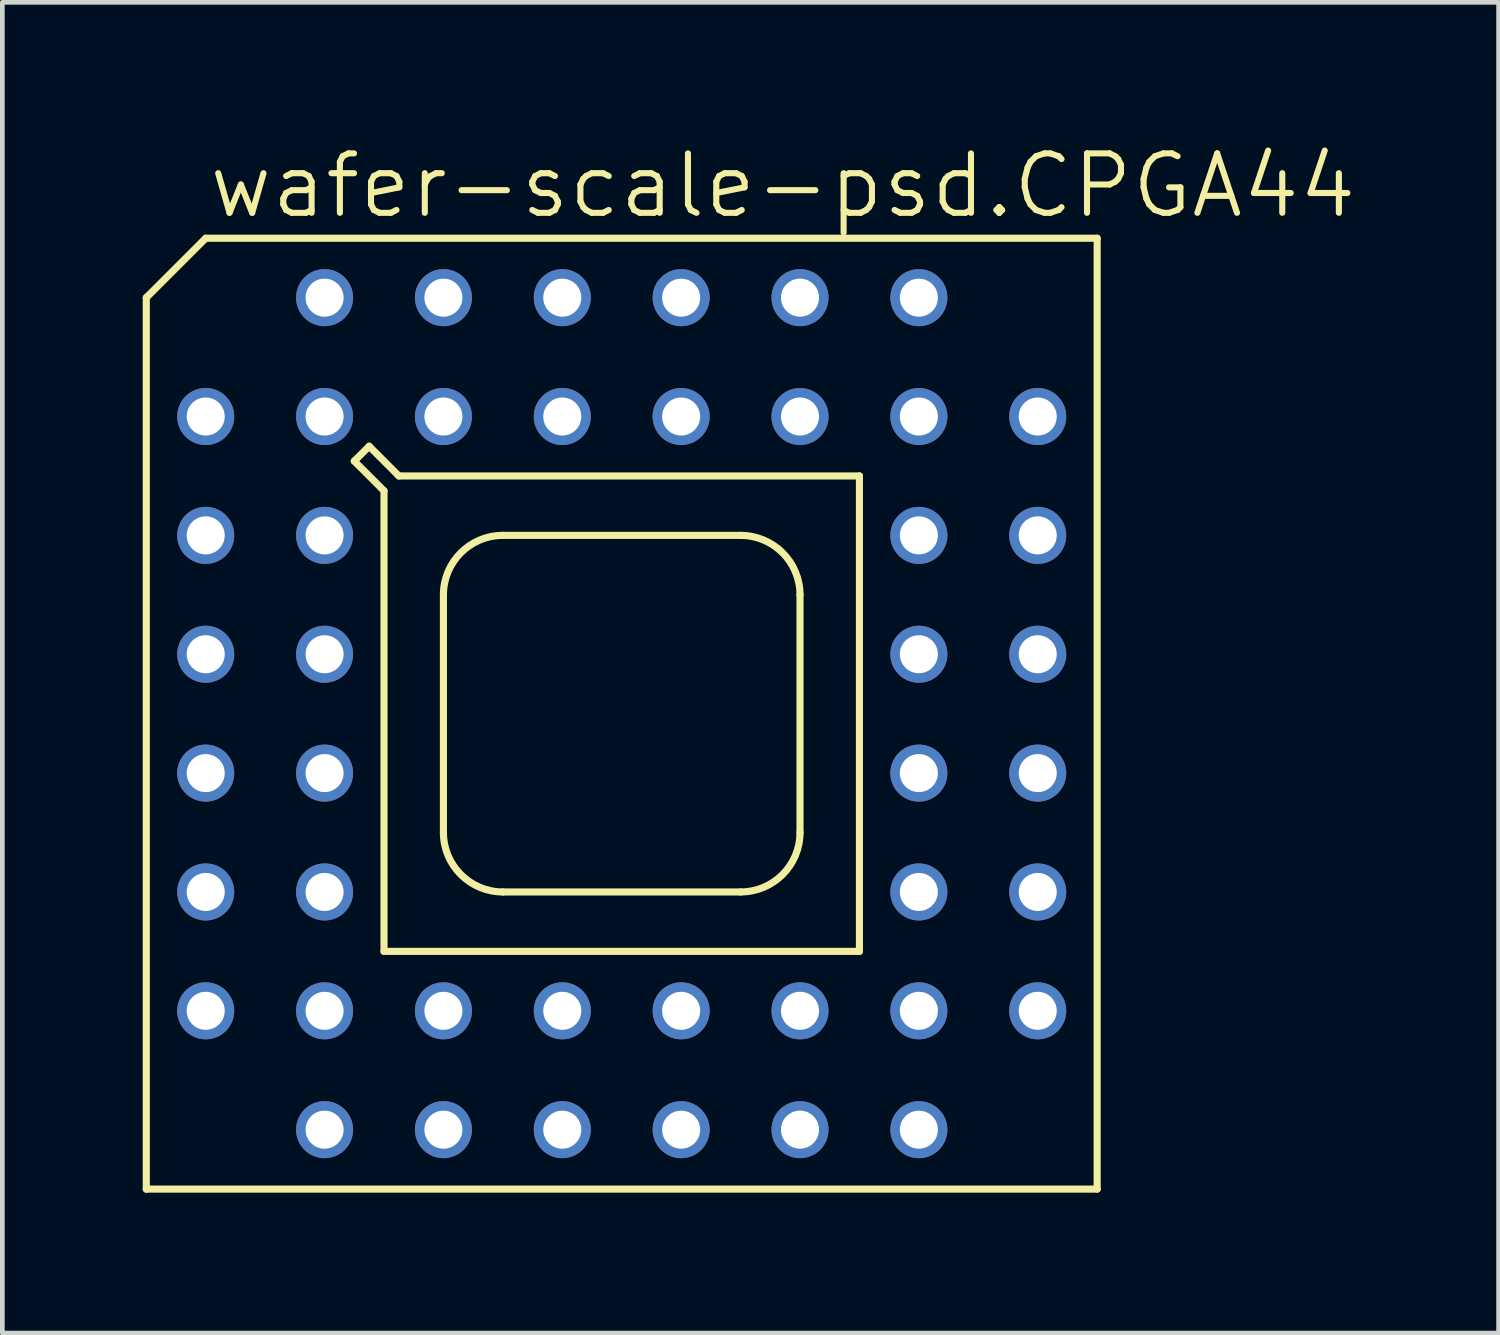
<source format=kicad_pcb>
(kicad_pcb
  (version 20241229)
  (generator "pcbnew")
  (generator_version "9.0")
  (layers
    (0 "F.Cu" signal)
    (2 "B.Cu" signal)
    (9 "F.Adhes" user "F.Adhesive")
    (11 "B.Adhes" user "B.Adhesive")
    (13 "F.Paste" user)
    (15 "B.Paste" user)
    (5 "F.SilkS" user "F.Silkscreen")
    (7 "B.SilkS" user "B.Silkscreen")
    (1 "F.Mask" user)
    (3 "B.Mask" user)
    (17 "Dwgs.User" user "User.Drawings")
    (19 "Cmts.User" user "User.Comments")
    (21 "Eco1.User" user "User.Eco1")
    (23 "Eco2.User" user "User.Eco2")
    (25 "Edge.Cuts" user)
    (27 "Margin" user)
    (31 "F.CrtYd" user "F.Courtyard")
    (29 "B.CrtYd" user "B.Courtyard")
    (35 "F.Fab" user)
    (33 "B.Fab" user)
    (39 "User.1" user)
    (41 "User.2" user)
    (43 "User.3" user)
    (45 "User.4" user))
  (footprint "wafer-scale-psd.CPGA44"
    (layer "F.Cu")
    (at 10.236 12.201)
    (property "Reference" "wafer-scale-psd.CPGA44" (at -8.89 -10.541 0) (layer "F.SilkS") (effects (font (size 1.27 1.27) (thickness 0.13)) (justify left bottom)))
    (attr through_hole)
    (fp_line (start -10.16 -8.89) (end -8.89 -10.16) (stroke (width 0.152) (type default)) (layer "F.SilkS"))
    (fp_line (start -10.16 10.16) (end -10.16 -8.89) (stroke (width 0.152) (type default)) (layer "F.SilkS"))
    (fp_line (start -10.16 10.16) (end 10.16 10.16) (stroke (width 0.152) (type default)) (layer "F.SilkS"))
    (fp_line (start -8.89 -10.16) (end 10.16 -10.16) (stroke (width 0.152) (type default)) (layer "F.SilkS"))
    (fp_line (start -5.715 -5.397) (end -5.397 -5.715) (stroke (width 0.152) (type default)) (layer "F.SilkS"))
    (fp_line (start -5.397 -5.715) (end -4.763 -5.08) (stroke (width 0.152) (type default)) (layer "F.SilkS"))
    (fp_line (start -5.08 -4.763) (end -5.715 -5.397) (stroke (width 0.152) (type default)) (layer "F.SilkS"))
    (fp_line (start -5.08 5.08) (end -5.08 -4.763) (stroke (width 0.152) (type default)) (layer "F.SilkS"))
    (fp_line (start -4.763 -5.08) (end 5.08 -5.08) (stroke (width 0.152) (type default)) (layer "F.SilkS"))
    (fp_line (start -3.81 2.54) (end -3.81 -2.54) (stroke (width 0.152) (type default)) (layer "F.SilkS"))
    (fp_line (start -2.54 -3.81) (end 2.54 -3.81) (stroke (width 0.152) (type default)) (layer "F.SilkS"))
    (fp_line (start 2.54 3.81) (end -2.54 3.81) (stroke (width 0.152) (type default)) (layer "F.SilkS"))
    (fp_line (start 3.81 -2.54) (end 3.81 2.54) (stroke (width 0.152) (type default)) (layer "F.SilkS"))
    (fp_line (start 5.08 -5.08) (end 5.08 5.08) (stroke (width 0.152) (type default)) (layer "F.SilkS"))
    (fp_line (start 5.08 5.08) (end -5.08 5.08) (stroke (width 0.152) (type default)) (layer "F.SilkS"))
    (fp_line (start 10.16 -10.16) (end 10.16 10.16) (stroke (width 0.152) (type default)) (layer "F.SilkS"))
    (fp_arc (start -3.81 -2.54) (mid -3.438026 -3.438026) (end -2.54 -3.81) (stroke (width 0.1524) (type default)) (layer "F.SilkS"))
    (fp_arc (start -2.54 3.81) (mid -3.438026 3.438026) (end -3.81 2.54) (stroke (width 0.1524) (type default)) (layer "F.SilkS"))
    (fp_arc (start 2.54 -3.81) (mid 3.438026 -3.438026) (end 3.81 -2.54) (stroke (width 0.1524) (type default)) (layer "F.SilkS"))
    (fp_arc (start 3.81 2.54) (mid 3.438026 3.438026) (end 2.54 3.81) (stroke (width 0.1524) (type default)) (layer "F.SilkS"))
    (pad "A2" thru_hole circle (at -6.35 -8.89) (size 1.219 1.219) (drill 0.813) (layers "*.Cu" "*.Mask"))
    (pad "A3" thru_hole circle (at -3.81 -8.89) (size 1.219 1.219) (drill 0.813) (layers "*.Cu" "*.Mask"))
    (pad "A4" thru_hole circle (at -1.27 -8.89) (size 1.219 1.219) (drill 0.813) (layers "*.Cu" "*.Mask"))
    (pad "A5" thru_hole circle (at 1.27 -8.89) (size 1.219 1.219) (drill 0.813) (layers "*.Cu" "*.Mask"))
    (pad "A6" thru_hole circle (at 3.81 -8.89) (size 1.219 1.219) (drill 0.813) (layers "*.Cu" "*.Mask"))
    (pad "A7" thru_hole circle (at 6.35 -8.89) (size 1.219 1.219) (drill 0.813) (layers "*.Cu" "*.Mask"))
    (pad "B1" thru_hole circle (at -8.89 -6.35) (size 1.219 1.219) (drill 0.813) (layers "*.Cu" "*.Mask"))
    (pad "B2" thru_hole circle (at -6.35 -6.35) (size 1.219 1.219) (drill 0.813) (layers "*.Cu" "*.Mask"))
    (pad "B3" thru_hole circle (at -3.81 -6.35) (size 1.219 1.219) (drill 0.813) (layers "*.Cu" "*.Mask"))
    (pad "B4" thru_hole circle (at -1.27 -6.35) (size 1.219 1.219) (drill 0.813) (layers "*.Cu" "*.Mask"))
    (pad "B5" thru_hole circle (at 1.27 -6.35) (size 1.219 1.219) (drill 0.813) (layers "*.Cu" "*.Mask"))
    (pad "B6" thru_hole circle (at 3.81 -6.35) (size 1.219 1.219) (drill 0.813) (layers "*.Cu" "*.Mask"))
    (pad "B7" thru_hole circle (at 6.35 -6.35) (size 1.219 1.219) (drill 0.813) (layers "*.Cu" "*.Mask"))
    (pad "B8" thru_hole circle (at 8.89 -6.35) (size 1.219 1.219) (drill 0.813) (layers "*.Cu" "*.Mask"))
    (pad "C1" thru_hole circle (at -8.89 -3.81) (size 1.219 1.219) (drill 0.813) (layers "*.Cu" "*.Mask"))
    (pad "C2" thru_hole circle (at -6.35 -3.81) (size 1.219 1.219) (drill 0.813) (layers "*.Cu" "*.Mask"))
    (pad "C7" thru_hole circle (at 6.35 -3.81) (size 1.219 1.219) (drill 0.813) (layers "*.Cu" "*.Mask"))
    (pad "C8" thru_hole circle (at 8.89 -3.81) (size 1.219 1.219) (drill 0.813) (layers "*.Cu" "*.Mask"))
    (pad "D1" thru_hole circle (at -8.89 -1.27) (size 1.219 1.219) (drill 0.813) (layers "*.Cu" "*.Mask"))
    (pad "D2" thru_hole circle (at -6.35 -1.27) (size 1.219 1.219) (drill 0.813) (layers "*.Cu" "*.Mask"))
    (pad "D7" thru_hole circle (at 6.35 -1.27) (size 1.219 1.219) (drill 0.813) (layers "*.Cu" "*.Mask"))
    (pad "D8" thru_hole circle (at 8.89 -1.27) (size 1.219 1.219) (drill 0.813) (layers "*.Cu" "*.Mask"))
    (pad "E1" thru_hole circle (at -8.89 1.27) (size 1.219 1.219) (drill 0.813) (layers "*.Cu" "*.Mask"))
    (pad "E2" thru_hole circle (at -6.35 1.27) (size 1.219 1.219) (drill 0.813) (layers "*.Cu" "*.Mask"))
    (pad "E7" thru_hole circle (at 6.35 1.27) (size 1.219 1.219) (drill 0.813) (layers "*.Cu" "*.Mask"))
    (pad "E8" thru_hole circle (at 8.89 1.27) (size 1.219 1.219) (drill 0.813) (layers "*.Cu" "*.Mask"))
    (pad "F1" thru_hole circle (at -8.89 3.81) (size 1.219 1.219) (drill 0.813) (layers "*.Cu" "*.Mask"))
    (pad "F2" thru_hole circle (at -6.35 3.81) (size 1.219 1.219) (drill 0.813) (layers "*.Cu" "*.Mask"))
    (pad "F7" thru_hole circle (at 6.35 3.81) (size 1.219 1.219) (drill 0.813) (layers "*.Cu" "*.Mask"))
    (pad "F8" thru_hole circle (at 8.89 3.81) (size 1.219 1.219) (drill 0.813) (layers "*.Cu" "*.Mask"))
    (pad "G1" thru_hole circle (at -8.89 6.35) (size 1.219 1.219) (drill 0.813) (layers "*.Cu" "*.Mask"))
    (pad "G2" thru_hole circle (at -6.35 6.35) (size 1.219 1.219) (drill 0.813) (layers "*.Cu" "*.Mask"))
    (pad "G3" thru_hole circle (at -3.81 6.35) (size 1.219 1.219) (drill 0.813) (layers "*.Cu" "*.Mask"))
    (pad "G4" thru_hole circle (at -1.27 6.35) (size 1.219 1.219) (drill 0.813) (layers "*.Cu" "*.Mask"))
    (pad "G5" thru_hole circle (at 1.27 6.35) (size 1.219 1.219) (drill 0.813) (layers "*.Cu" "*.Mask"))
    (pad "G6" thru_hole circle (at 3.81 6.35) (size 1.219 1.219) (drill 0.813) (layers "*.Cu" "*.Mask"))
    (pad "G7" thru_hole circle (at 6.35 6.35) (size 1.219 1.219) (drill 0.813) (layers "*.Cu" "*.Mask"))
    (pad "G8" thru_hole circle (at 8.89 6.35) (size 1.219 1.219) (drill 0.813) (layers "*.Cu" "*.Mask"))
    (pad "H2" thru_hole circle (at -6.35 8.89) (size 1.219 1.219) (drill 0.813) (layers "*.Cu" "*.Mask"))
    (pad "H3" thru_hole circle (at -3.81 8.89) (size 1.219 1.219) (drill 0.813) (layers "*.Cu" "*.Mask"))
    (pad "H4" thru_hole circle (at -1.27 8.89) (size 1.219 1.219) (drill 0.813) (layers "*.Cu" "*.Mask"))
    (pad "H5" thru_hole circle (at 1.27 8.89) (size 1.219 1.219) (drill 0.813) (layers "*.Cu" "*.Mask"))
    (pad "H6" thru_hole circle (at 3.81 8.89) (size 1.219 1.219) (drill 0.813) (layers "*.Cu" "*.Mask"))
    (pad "H7" thru_hole circle (at 6.35 8.89) (size 1.219 1.219) (drill 0.813) (layers "*.Cu" "*.Mask")))
  (gr_rect
    (start -3 -3)
    (end 28.975 25.437)
    (stroke (width 0.1) (type default))
    (fill no)
    (layer "Edge.Cuts")))
</source>
